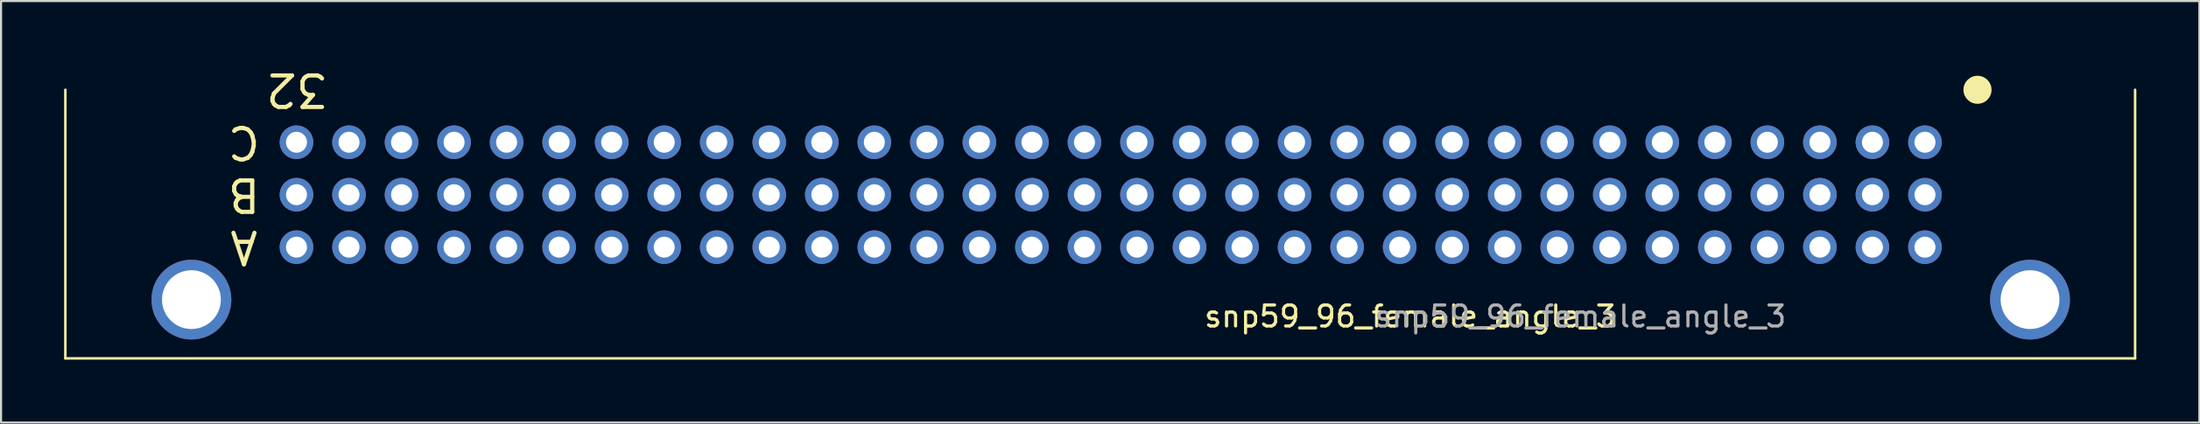
<source format=kicad_pcb>
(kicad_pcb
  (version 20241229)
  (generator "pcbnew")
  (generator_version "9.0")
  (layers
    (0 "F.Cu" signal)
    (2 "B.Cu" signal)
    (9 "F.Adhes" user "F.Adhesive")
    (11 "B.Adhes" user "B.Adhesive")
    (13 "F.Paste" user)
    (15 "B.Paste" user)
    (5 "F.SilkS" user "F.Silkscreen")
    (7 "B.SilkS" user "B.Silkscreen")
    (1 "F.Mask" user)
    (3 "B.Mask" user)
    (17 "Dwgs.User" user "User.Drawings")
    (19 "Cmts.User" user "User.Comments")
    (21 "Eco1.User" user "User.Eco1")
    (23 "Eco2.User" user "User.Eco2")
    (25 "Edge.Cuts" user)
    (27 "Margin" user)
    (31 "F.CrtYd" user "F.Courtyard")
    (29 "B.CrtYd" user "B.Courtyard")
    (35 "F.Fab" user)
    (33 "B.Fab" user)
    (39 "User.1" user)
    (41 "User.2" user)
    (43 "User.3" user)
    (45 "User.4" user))
  (footprint "snp59_96_female_angle_3"
    (layer "F.Cu")
    (at 88.56 8.729)
    (property "Reference" "snp59_96_female_angle_3" (at -24.5 3.3 0) (unlocked yes) (layer "F.SilkS") (effects (font (size 1 1) (thickness 0.15))))
    (attr through_hole)
    (fp_line (start -88.5 5.3) (end -88.5 -7.5) (stroke (width 0.12) (type solid)) (layer "F.SilkS"))
    (fp_line (start 10 -7.5) (end 10 5.3) (stroke (width 0.12) (type solid)) (layer "F.SilkS"))
    (fp_line (start 10 5.3) (end -88.5 5.3) (stroke (width 0.12) (type solid)) (layer "F.SilkS"))
    (fp_circle (center 2.5 -7.5) (end 3.108 -7.5) (stroke (width 0.12) (type solid)) (fill yes) (layer "F.SilkS"))
    (fp_text user "A" (at -80 0 180) (unlocked yes) (layer "F.SilkS") (effects (font (size 1.5 1.5) (thickness 0.2))))
    (fp_text user "C" (at -80 -5 180) (unlocked yes) (layer "F.SilkS") (effects (font (size 1.5 1.5) (thickness 0.2))))
    (fp_text user "32" (at -77.5 -7.5 180) (unlocked yes) (layer "F.SilkS") (effects (font (size 1.5 1.5) (thickness 0.2))))
    (fp_text user "B" (at -80 -2.5 180) (unlocked yes) (layer "F.SilkS") (effects (font (size 1.5 1.5) (thickness 0.2))))
    (fp_text user "${REFERENCE}" (at -16.4 3.3 0) (unlocked yes) (layer "F.Fab") (effects (font (size 1 1) (thickness 0.15))))
    (pad "" thru_hole circle (at -82.5 2.5) (size 3.8 3.8) (drill 2.8) (layers "*.Cu"))
    (pad "" thru_hole circle (at 5 2.5) (size 3.8 3.8) (drill 2.8) (layers "*.Cu"))
    (pad "1" thru_hole circle (at 0 -5) (size 1.6 1.6) (drill 1) (layers "*.Cu" "*.Mask"))
    (pad "1" thru_hole circle (at 0 -2.5) (size 1.6 1.6) (drill 1) (layers "*.Cu" "*.Mask"))
    (pad "2" thru_hole circle (at -2.5 -5) (size 1.6 1.6) (drill 1) (layers "*.Cu" "*.Mask"))
    (pad "2" thru_hole circle (at -2.5 -2.5) (size 1.6 1.6) (drill 1) (layers "*.Cu" "*.Mask"))
    (pad "3" thru_hole circle (at -5 -5) (size 1.6 1.6) (drill 1) (layers "*.Cu" "*.Mask"))
    (pad "3" thru_hole circle (at -5 -2.5) (size 1.6 1.6) (drill 1) (layers "*.Cu" "*.Mask"))
    (pad "4" thru_hole circle (at -7.5 -5) (size 1.6 1.6) (drill 1) (layers "*.Cu" "*.Mask"))
    (pad "4" thru_hole circle (at -7.5 -2.5) (size 1.6 1.6) (drill 1) (layers "*.Cu" "*.Mask"))
    (pad "5" thru_hole circle (at -10 -5) (size 1.6 1.6) (drill 1) (layers "*.Cu" "*.Mask"))
    (pad "5" thru_hole circle (at -10 -2.5) (size 1.6 1.6) (drill 1) (layers "*.Cu" "*.Mask"))
    (pad "6" thru_hole circle (at -12.5 -5) (size 1.6 1.6) (drill 1) (layers "*.Cu" "*.Mask"))
    (pad "6" thru_hole circle (at -12.5 -2.5) (size 1.6 1.6) (drill 1) (layers "*.Cu" "*.Mask"))
    (pad "7" thru_hole circle (at -15 -5) (size 1.6 1.6) (drill 1) (layers "*.Cu" "*.Mask"))
    (pad "7" thru_hole circle (at -15 -2.5) (size 1.6 1.6) (drill 1) (layers "*.Cu" "*.Mask"))
    (pad "8" thru_hole circle (at -17.5 -5) (size 1.6 1.6) (drill 1) (layers "*.Cu" "*.Mask"))
    (pad "8" thru_hole circle (at -17.5 -2.5) (size 1.6 1.6) (drill 1) (layers "*.Cu" "*.Mask"))
    (pad "9" thru_hole circle (at -20 -5) (size 1.6 1.6) (drill 1) (layers "*.Cu" "*.Mask"))
    (pad "9" thru_hole circle (at -20 -2.5) (size 1.6 1.6) (drill 1) (layers "*.Cu" "*.Mask"))
    (pad "10" thru_hole circle (at -22.5 -5) (size 1.6 1.6) (drill 1) (layers "*.Cu" "*.Mask"))
    (pad "10" thru_hole circle (at -22.5 -2.5) (size 1.6 1.6) (drill 1) (layers "*.Cu" "*.Mask"))
    (pad "11" thru_hole circle (at -25 -5) (size 1.6 1.6) (drill 1) (layers "*.Cu" "*.Mask"))
    (pad "11" thru_hole circle (at -25 -2.5) (size 1.6 1.6) (drill 1) (layers "*.Cu" "*.Mask"))
    (pad "12" thru_hole circle (at -27.5 -5) (size 1.6 1.6) (drill 1) (layers "*.Cu" "*.Mask"))
    (pad "12" thru_hole circle (at -27.5 -2.5) (size 1.6 1.6) (drill 1) (layers "*.Cu" "*.Mask"))
    (pad "13" thru_hole circle (at -30 -5) (size 1.6 1.6) (drill 1) (layers "*.Cu" "*.Mask"))
    (pad "13" thru_hole circle (at -30 -2.5) (size 1.6 1.6) (drill 1) (layers "*.Cu" "*.Mask"))
    (pad "14" thru_hole circle (at -32.5 -5) (size 1.6 1.6) (drill 1) (layers "*.Cu" "*.Mask"))
    (pad "14" thru_hole circle (at -32.5 -2.5) (size 1.6 1.6) (drill 1) (layers "*.Cu" "*.Mask"))
    (pad "15" thru_hole circle (at -35 -5) (size 1.6 1.6) (drill 1) (layers "*.Cu" "*.Mask"))
    (pad "15" thru_hole circle (at -35 -2.5) (size 1.6 1.6) (drill 1) (layers "*.Cu" "*.Mask"))
    (pad "16" thru_hole circle (at -37.5 -5) (size 1.6 1.6) (drill 1) (layers "*.Cu" "*.Mask"))
    (pad "16" thru_hole circle (at -37.5 -2.5) (size 1.6 1.6) (drill 1) (layers "*.Cu" "*.Mask"))
    (pad "17" thru_hole circle (at -40 -5) (size 1.6 1.6) (drill 1) (layers "*.Cu" "*.Mask"))
    (pad "17" thru_hole circle (at -40 -2.5) (size 1.6 1.6) (drill 1) (layers "*.Cu" "*.Mask"))
    (pad "18" thru_hole circle (at -42.5 -5) (size 1.6 1.6) (drill 1) (layers "*.Cu" "*.Mask"))
    (pad "18" thru_hole circle (at -42.5 -2.5) (size 1.6 1.6) (drill 1) (layers "*.Cu" "*.Mask"))
    (pad "19" thru_hole circle (at -45 -5) (size 1.6 1.6) (drill 1) (layers "*.Cu" "*.Mask"))
    (pad "19" thru_hole circle (at -45 -2.5) (size 1.6 1.6) (drill 1) (layers "*.Cu" "*.Mask"))
    (pad "20" thru_hole circle (at -47.5 -5) (size 1.6 1.6) (drill 1) (layers "*.Cu" "*.Mask"))
    (pad "20" thru_hole circle (at -47.5 -2.5) (size 1.6 1.6) (drill 1) (layers "*.Cu" "*.Mask"))
    (pad "21" thru_hole circle (at -50 -5) (size 1.6 1.6) (drill 1) (layers "*.Cu" "*.Mask"))
    (pad "21" thru_hole circle (at -50 -2.5) (size 1.6 1.6) (drill 1) (layers "*.Cu" "*.Mask"))
    (pad "21" thru_hole circle (at -45 0) (size 1.6 1.6) (drill 1) (layers "*.Cu" "*.Mask"))
    (pad "22" thru_hole circle (at -52.5 -5) (size 1.6 1.6) (drill 1) (layers "*.Cu" "*.Mask"))
    (pad "22" thru_hole circle (at -52.5 -2.5) (size 1.6 1.6) (drill 1) (layers "*.Cu" "*.Mask"))
    (pad "23" thru_hole circle (at -55 -5) (size 1.6 1.6) (drill 1) (layers "*.Cu" "*.Mask"))
    (pad "23" thru_hole circle (at -55 -2.5) (size 1.6 1.6) (drill 1) (layers "*.Cu" "*.Mask"))
    (pad "24" thru_hole circle (at -57.5 -5) (size 1.6 1.6) (drill 1) (layers "*.Cu" "*.Mask"))
    (pad "24" thru_hole circle (at -57.5 -2.5) (size 1.6 1.6) (drill 1) (layers "*.Cu" "*.Mask"))
    (pad "25" thru_hole circle (at -60 -5) (size 1.6 1.6) (drill 1) (layers "*.Cu" "*.Mask"))
    (pad "25" thru_hole circle (at -60 -2.5) (size 1.6 1.6) (drill 1) (layers "*.Cu" "*.Mask"))
    (pad "26" thru_hole circle (at -62.5 -5) (size 1.6 1.6) (drill 1) (layers "*.Cu" "*.Mask"))
    (pad "26" thru_hole circle (at -62.5 -2.5) (size 1.6 1.6) (drill 1) (layers "*.Cu" "*.Mask"))
    (pad "27" thru_hole circle (at -65 -5) (size 1.6 1.6) (drill 1) (layers "*.Cu" "*.Mask"))
    (pad "27" thru_hole circle (at -65 -2.5) (size 1.6 1.6) (drill 1) (layers "*.Cu" "*.Mask"))
    (pad "28" thru_hole circle (at -67.5 -5) (size 1.6 1.6) (drill 1) (layers "*.Cu" "*.Mask"))
    (pad "28" thru_hole circle (at -67.5 -2.5) (size 1.6 1.6) (drill 1) (layers "*.Cu" "*.Mask"))
    (pad "29" thru_hole circle (at -70 -5) (size 1.6 1.6) (drill 1) (layers "*.Cu" "*.Mask"))
    (pad "29" thru_hole circle (at -70 -2.5) (size 1.6 1.6) (drill 1) (layers "*.Cu" "*.Mask"))
    (pad "30" thru_hole circle (at -72.5 -5) (size 1.6 1.6) (drill 1) (layers "*.Cu" "*.Mask"))
    (pad "30" thru_hole circle (at -72.5 -2.5) (size 1.6 1.6) (drill 1) (layers "*.Cu" "*.Mask"))
    (pad "31" thru_hole circle (at -75 -5) (size 1.6 1.6) (drill 1) (layers "*.Cu" "*.Mask"))
    (pad "31" thru_hole circle (at -75 -2.5) (size 1.6 1.6) (drill 1) (layers "*.Cu" "*.Mask"))
    (pad "32" thru_hole circle (at -77.5 -5) (size 1.6 1.6) (drill 1) (layers "*.Cu" "*.Mask"))
    (pad "32" thru_hole circle (at -77.5 -2.5) (size 1.6 1.6) (drill 1) (layers "*.Cu" "*.Mask"))
    (pad "33" thru_hole circle (at 0 0) (size 1.6 1.6) (drill 1) (layers "*.Cu" "*.Mask"))
    (pad "34" thru_hole circle (at -2.5 0) (size 1.6 1.6) (drill 1) (layers "*.Cu" "*.Mask"))
    (pad "35" thru_hole circle (at -5 0) (size 1.6 1.6) (drill 1) (layers "*.Cu" "*.Mask"))
    (pad "36" thru_hole circle (at -7.5 0) (size 1.6 1.6) (drill 1) (layers "*.Cu" "*.Mask"))
    (pad "37" thru_hole circle (at -10 0) (size 1.6 1.6) (drill 1) (layers "*.Cu" "*.Mask"))
    (pad "38" thru_hole circle (at -12.5 0) (size 1.6 1.6) (drill 1) (layers "*.Cu" "*.Mask"))
    (pad "39" thru_hole circle (at -15 0) (size 1.6 1.6) (drill 1) (layers "*.Cu" "*.Mask"))
    (pad "40" thru_hole circle (at -17.5 0) (size 1.6 1.6) (drill 1) (layers "*.Cu" "*.Mask"))
    (pad "41" thru_hole circle (at -20 0) (size 1.6 1.6) (drill 1) (layers "*.Cu" "*.Mask"))
    (pad "42" thru_hole circle (at -22.5 0) (size 1.6 1.6) (drill 1) (layers "*.Cu" "*.Mask"))
    (pad "43" thru_hole circle (at -25 0) (size 1.6 1.6) (drill 1) (layers "*.Cu" "*.Mask"))
    (pad "44" thru_hole circle (at -27.5 0) (size 1.6 1.6) (drill 1) (layers "*.Cu" "*.Mask"))
    (pad "45" thru_hole circle (at -30 0) (size 1.6 1.6) (drill 1) (layers "*.Cu" "*.Mask"))
    (pad "46" thru_hole circle (at -32.5 0) (size 1.6 1.6) (drill 1) (layers "*.Cu" "*.Mask"))
    (pad "47" thru_hole circle (at -35 0) (size 1.6 1.6) (drill 1) (layers "*.Cu" "*.Mask"))
    (pad "48" thru_hole circle (at -37.5 0) (size 1.6 1.6) (drill 1) (layers "*.Cu" "*.Mask"))
    (pad "49" thru_hole circle (at -40 0) (size 1.6 1.6) (drill 1) (layers "*.Cu" "*.Mask"))
    (pad "50" thru_hole circle (at -42.5 0) (size 1.6 1.6) (drill 1) (layers "*.Cu" "*.Mask"))
    (pad "52" thru_hole circle (at -47.5 0) (size 1.6 1.6) (drill 1) (layers "*.Cu" "*.Mask"))
    (pad "53" thru_hole circle (at -50 0) (size 1.6 1.6) (drill 1) (layers "*.Cu" "*.Mask"))
    (pad "54" thru_hole circle (at -52.5 0) (size 1.6 1.6) (drill 1) (layers "*.Cu" "*.Mask"))
    (pad "55" thru_hole circle (at -55 0) (size 1.6 1.6) (drill 1) (layers "*.Cu" "*.Mask"))
    (pad "56" thru_hole circle (at -57.5 0) (size 1.6 1.6) (drill 1) (layers "*.Cu" "*.Mask"))
    (pad "57" thru_hole circle (at -60 0) (size 1.6 1.6) (drill 1) (layers "*.Cu" "*.Mask"))
    (pad "58" thru_hole circle (at -62.5 0) (size 1.6 1.6) (drill 1) (layers "*.Cu" "*.Mask"))
    (pad "59" thru_hole circle (at -65 0) (size 1.6 1.6) (drill 1) (layers "*.Cu" "*.Mask"))
    (pad "60" thru_hole circle (at -67.5 0) (size 1.6 1.6) (drill 1) (layers "*.Cu" "*.Mask"))
    (pad "61" thru_hole circle (at -70 0) (size 1.6 1.6) (drill 1) (layers "*.Cu" "*.Mask"))
    (pad "62" thru_hole circle (at -72.5 0) (size 1.6 1.6) (drill 1) (layers "*.Cu" "*.Mask"))
    (pad "63" thru_hole circle (at -75 0) (size 1.6 1.6) (drill 1) (layers "*.Cu" "*.Mask"))
    (pad "64" thru_hole circle (at -77.5 0) (size 1.6 1.6) (drill 1) (layers "*.Cu" "*.Mask")))
  (gr_rect
    (start -3 -3)
    (end 101.62 17.088)
    (stroke (width 0.1) (type default))
    (fill no)
    (layer "Edge.Cuts")))
</source>
